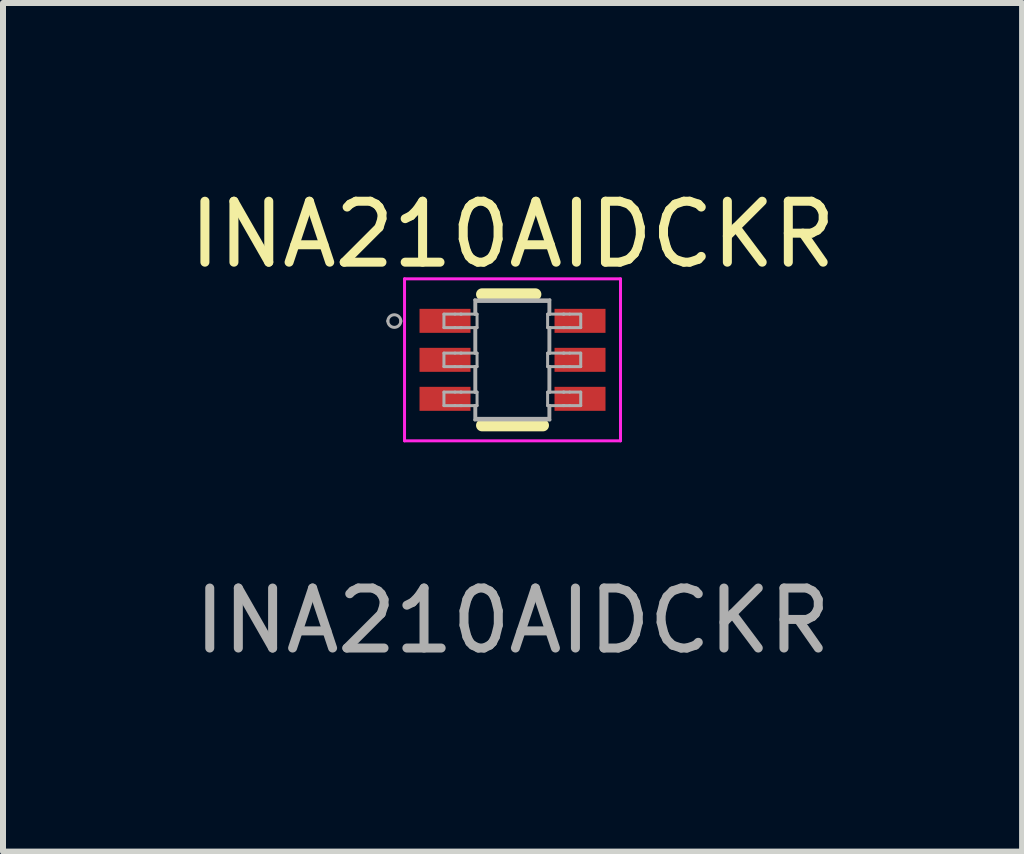
<source format=kicad_pcb>
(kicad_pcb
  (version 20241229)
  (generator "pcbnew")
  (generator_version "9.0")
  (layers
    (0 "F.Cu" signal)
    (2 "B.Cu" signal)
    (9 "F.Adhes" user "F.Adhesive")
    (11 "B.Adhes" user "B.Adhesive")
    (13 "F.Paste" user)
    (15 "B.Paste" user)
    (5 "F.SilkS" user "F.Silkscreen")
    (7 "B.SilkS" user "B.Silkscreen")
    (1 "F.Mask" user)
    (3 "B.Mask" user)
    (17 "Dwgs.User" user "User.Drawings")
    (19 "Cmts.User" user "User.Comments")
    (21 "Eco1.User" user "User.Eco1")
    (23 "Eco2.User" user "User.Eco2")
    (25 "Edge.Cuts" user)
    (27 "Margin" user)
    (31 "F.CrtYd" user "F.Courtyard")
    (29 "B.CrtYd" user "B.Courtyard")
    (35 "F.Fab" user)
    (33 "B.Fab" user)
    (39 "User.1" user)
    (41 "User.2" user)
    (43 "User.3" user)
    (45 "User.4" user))
  (footprint "INA210AIDCKR"
    (layer "F.Cu")
    (at 5.493 2.948)
    (property "Reference" "INA210AIDCKR" (at 0.001 -2.09 0) (unlocked yes) (layer "F.SilkS") (effects (font (size 1.016 1.016) (thickness 0.15))))
    (attr smd)
    (fp_line (start -0.508 -1.092) (end 0.381 -1.092) (stroke (width 0.2) (type solid)) (layer "F.SilkS"))
    (fp_line (start -0.508 1.092) (end 0.508 1.092) (stroke (width 0.2) (type solid)) (layer "F.SilkS"))
    (fp_line (start -1.8 -1.35) (end 1.8 -1.35) (stroke (width 0.05) (type solid)) (layer "F.CrtYd"))
    (fp_line (start -1.8 1.35) (end -1.8 -1.35) (stroke (width 0.05) (type solid)) (layer "F.CrtYd"))
    (fp_line (start -1.8 1.35) (end 1.8 1.35) (stroke (width 0.05) (type solid)) (layer "F.CrtYd"))
    (fp_line (start 1.8 1.35) (end 1.8 -1.35) (stroke (width 0.05) (type solid)) (layer "F.CrtYd"))
    (fp_line (start -1.143 -0.762) (end -0.959 -0.762) (stroke (width 0.05) (type solid)) (layer "F.Fab"))
    (fp_line (start -1.143 -0.537) (end -1.143 -0.762) (stroke (width 0.05) (type solid)) (layer "F.Fab"))
    (fp_line (start -1.143 -0.537) (end -0.959 -0.537) (stroke (width 0.05) (type solid)) (layer "F.Fab"))
    (fp_line (start -1.143 -0.112) (end -0.959 -0.112) (stroke (width 0.05) (type solid)) (layer "F.Fab"))
    (fp_line (start -1.143 0.113) (end -1.143 -0.112) (stroke (width 0.05) (type solid)) (layer "F.Fab"))
    (fp_line (start -1.143 0.113) (end -0.959 0.113) (stroke (width 0.05) (type solid)) (layer "F.Fab"))
    (fp_line (start -1.143 0.538) (end -0.959 0.538) (stroke (width 0.05) (type solid)) (layer "F.Fab"))
    (fp_line (start -1.143 0.763) (end -1.143 0.538) (stroke (width 0.05) (type solid)) (layer "F.Fab"))
    (fp_line (start -1.143 0.763) (end -0.959 0.763) (stroke (width 0.05) (type solid)) (layer "F.Fab"))
    (fp_line (start -0.959 -0.762) (end -0.865 -0.762) (stroke (width 0.05) (type solid)) (layer "F.Fab"))
    (fp_line (start -0.959 -0.537) (end -0.865 -0.537) (stroke (width 0.05) (type solid)) (layer "F.Fab"))
    (fp_line (start -0.959 -0.112) (end -0.865 -0.112) (stroke (width 0.05) (type solid)) (layer "F.Fab"))
    (fp_line (start -0.959 0.113) (end -0.865 0.113) (stroke (width 0.05) (type solid)) (layer "F.Fab"))
    (fp_line (start -0.959 0.538) (end -0.865 0.538) (stroke (width 0.05) (type solid)) (layer "F.Fab"))
    (fp_line (start -0.959 0.763) (end -0.865 0.763) (stroke (width 0.05) (type solid)) (layer "F.Fab"))
    (fp_line (start -0.865 -0.762) (end -0.853 -0.762) (stroke (width 0.05) (type solid)) (layer "F.Fab"))
    (fp_line (start -0.865 -0.537) (end -0.853 -0.537) (stroke (width 0.05) (type solid)) (layer "F.Fab"))
    (fp_line (start -0.865 -0.112) (end -0.853 -0.112) (stroke (width 0.05) (type solid)) (layer "F.Fab"))
    (fp_line (start -0.865 0.113) (end -0.853 0.113) (stroke (width 0.05) (type solid)) (layer "F.Fab"))
    (fp_line (start -0.865 0.538) (end -0.853 0.538) (stroke (width 0.05) (type solid)) (layer "F.Fab"))
    (fp_line (start -0.865 0.763) (end -0.853 0.763) (stroke (width 0.05) (type solid)) (layer "F.Fab"))
    (fp_line (start -0.853 -0.762) (end -0.628 -0.762) (stroke (width 0.05) (type solid)) (layer "F.Fab"))
    (fp_line (start -0.853 -0.537) (end -0.628 -0.537) (stroke (width 0.05) (type solid)) (layer "F.Fab"))
    (fp_line (start -0.853 -0.112) (end -0.628 -0.112) (stroke (width 0.05) (type solid)) (layer "F.Fab"))
    (fp_line (start -0.853 0.113) (end -0.628 0.113) (stroke (width 0.05) (type solid)) (layer "F.Fab"))
    (fp_line (start -0.853 0.538) (end -0.628 0.538) (stroke (width 0.05) (type solid)) (layer "F.Fab"))
    (fp_line (start -0.853 0.763) (end -0.628 0.763) (stroke (width 0.05) (type solid)) (layer "F.Fab"))
    (fp_line (start -0.628 -0.999) (end 0.622 -0.999) (stroke (width 0.05) (type solid)) (layer "F.Fab"))
    (fp_line (start -0.628 -0.762) (end -0.628 -0.999) (stroke (width 0.05) (type solid)) (layer "F.Fab"))
    (fp_line (start -0.628 -0.762) (end -0.591 -0.762) (stroke (width 0.05) (type solid)) (layer "F.Fab"))
    (fp_line (start -0.628 -0.537) (end -0.591 -0.537) (stroke (width 0.05) (type solid)) (layer "F.Fab"))
    (fp_line (start -0.628 -0.112) (end -0.628 -0.537) (stroke (width 0.05) (type solid)) (layer "F.Fab"))
    (fp_line (start -0.628 -0.112) (end -0.591 -0.112) (stroke (width 0.05) (type solid)) (layer "F.Fab"))
    (fp_line (start -0.628 0.113) (end -0.591 0.113) (stroke (width 0.05) (type solid)) (layer "F.Fab"))
    (fp_line (start -0.628 0.538) (end -0.628 0.113) (stroke (width 0.05) (type solid)) (layer "F.Fab"))
    (fp_line (start -0.628 0.538) (end -0.591 0.538) (stroke (width 0.05) (type solid)) (layer "F.Fab"))
    (fp_line (start -0.628 0.763) (end -0.591 0.763) (stroke (width 0.05) (type solid)) (layer "F.Fab"))
    (fp_line (start -0.628 1.001) (end -0.628 0.763) (stroke (width 0.05) (type solid)) (layer "F.Fab"))
    (fp_line (start -0.628 1.001) (end 0.622 1.001) (stroke (width 0.05) (type solid)) (layer "F.Fab"))
    (fp_line (start -0.613 -0.974) (end 0.607 -0.974) (stroke (width 0.05) (type solid)) (layer "F.Fab"))
    (fp_line (start -0.613 -0.762) (end -0.613 -0.974) (stroke (width 0.05) (type solid)) (layer "F.Fab"))
    (fp_line (start -0.613 -0.112) (end -0.613 -0.537) (stroke (width 0.05) (type solid)) (layer "F.Fab"))
    (fp_line (start -0.613 0.538) (end -0.613 0.113) (stroke (width 0.05) (type solid)) (layer "F.Fab"))
    (fp_line (start -0.613 0.976) (end -0.613 0.763) (stroke (width 0.05) (type solid)) (layer "F.Fab"))
    (fp_line (start -0.613 0.976) (end 0.607 0.976) (stroke (width 0.05) (type solid)) (layer "F.Fab"))
    (fp_line (start -0.591 -0.537) (end -0.591 -0.762) (stroke (width 0.05) (type solid)) (layer "F.Fab"))
    (fp_line (start -0.591 0.113) (end -0.591 -0.112) (stroke (width 0.05) (type solid)) (layer "F.Fab"))
    (fp_line (start -0.591 0.763) (end -0.591 0.538) (stroke (width 0.05) (type solid)) (layer "F.Fab"))
    (fp_line (start 0.585 -0.762) (end 0.622 -0.762) (stroke (width 0.05) (type solid)) (layer "F.Fab"))
    (fp_line (start 0.585 -0.537) (end 0.585 -0.762) (stroke (width 0.05) (type solid)) (layer "F.Fab"))
    (fp_line (start 0.585 -0.537) (end 0.622 -0.537) (stroke (width 0.05) (type solid)) (layer "F.Fab"))
    (fp_line (start 0.585 -0.112) (end 0.622 -0.112) (stroke (width 0.05) (type solid)) (layer "F.Fab"))
    (fp_line (start 0.585 0.113) (end 0.585 -0.112) (stroke (width 0.05) (type solid)) (layer "F.Fab"))
    (fp_line (start 0.585 0.113) (end 0.622 0.113) (stroke (width 0.05) (type solid)) (layer "F.Fab"))
    (fp_line (start 0.585 0.538) (end 0.622 0.538) (stroke (width 0.05) (type solid)) (layer "F.Fab"))
    (fp_line (start 0.585 0.763) (end 0.585 0.538) (stroke (width 0.05) (type solid)) (layer "F.Fab"))
    (fp_line (start 0.585 0.763) (end 0.622 0.763) (stroke (width 0.05) (type solid)) (layer "F.Fab"))
    (fp_line (start 0.607 -0.762) (end 0.607 -0.974) (stroke (width 0.05) (type solid)) (layer "F.Fab"))
    (fp_line (start 0.607 -0.112) (end 0.607 -0.537) (stroke (width 0.05) (type solid)) (layer "F.Fab"))
    (fp_line (start 0.607 0.538) (end 0.607 0.113) (stroke (width 0.05) (type solid)) (layer "F.Fab"))
    (fp_line (start 0.607 0.976) (end 0.607 0.763) (stroke (width 0.05) (type solid)) (layer "F.Fab"))
    (fp_line (start 0.622 -0.762) (end 0.622 -0.999) (stroke (width 0.05) (type solid)) (layer "F.Fab"))
    (fp_line (start 0.622 -0.762) (end 0.847 -0.762) (stroke (width 0.05) (type solid)) (layer "F.Fab"))
    (fp_line (start 0.622 -0.537) (end 0.847 -0.537) (stroke (width 0.05) (type solid)) (layer "F.Fab"))
    (fp_line (start 0.622 -0.112) (end 0.622 -0.537) (stroke (width 0.05) (type solid)) (layer "F.Fab"))
    (fp_line (start 0.622 -0.112) (end 0.847 -0.112) (stroke (width 0.05) (type solid)) (layer "F.Fab"))
    (fp_line (start 0.622 0.113) (end 0.847 0.113) (stroke (width 0.05) (type solid)) (layer "F.Fab"))
    (fp_line (start 0.622 0.538) (end 0.622 0.113) (stroke (width 0.05) (type solid)) (layer "F.Fab"))
    (fp_line (start 0.622 0.538) (end 0.847 0.538) (stroke (width 0.05) (type solid)) (layer "F.Fab"))
    (fp_line (start 0.622 0.763) (end 0.847 0.763) (stroke (width 0.05) (type solid)) (layer "F.Fab"))
    (fp_line (start 0.622 1.001) (end 0.622 0.763) (stroke (width 0.05) (type solid)) (layer "F.Fab"))
    (fp_line (start 0.847 -0.762) (end 0.859 -0.762) (stroke (width 0.05) (type solid)) (layer "F.Fab"))
    (fp_line (start 0.847 -0.537) (end 0.859 -0.537) (stroke (width 0.05) (type solid)) (layer "F.Fab"))
    (fp_line (start 0.847 -0.112) (end 0.859 -0.112) (stroke (width 0.05) (type solid)) (layer "F.Fab"))
    (fp_line (start 0.847 0.113) (end 0.859 0.113) (stroke (width 0.05) (type solid)) (layer "F.Fab"))
    (fp_line (start 0.847 0.538) (end 0.859 0.538) (stroke (width 0.05) (type solid)) (layer "F.Fab"))
    (fp_line (start 0.847 0.763) (end 0.859 0.763) (stroke (width 0.05) (type solid)) (layer "F.Fab"))
    (fp_line (start 0.859 -0.762) (end 0.953 -0.762) (stroke (width 0.05) (type solid)) (layer "F.Fab"))
    (fp_line (start 0.859 -0.537) (end 0.953 -0.537) (stroke (width 0.05) (type solid)) (layer "F.Fab"))
    (fp_line (start 0.859 -0.112) (end 0.953 -0.112) (stroke (width 0.05) (type solid)) (layer "F.Fab"))
    (fp_line (start 0.859 0.113) (end 0.953 0.113) (stroke (width 0.05) (type solid)) (layer "F.Fab"))
    (fp_line (start 0.859 0.538) (end 0.953 0.538) (stroke (width 0.05) (type solid)) (layer "F.Fab"))
    (fp_line (start 0.859 0.763) (end 0.953 0.763) (stroke (width 0.05) (type solid)) (layer "F.Fab"))
    (fp_line (start 0.953 -0.762) (end 1.137 -0.762) (stroke (width 0.05) (type solid)) (layer "F.Fab"))
    (fp_line (start 0.953 -0.537) (end 1.137 -0.537) (stroke (width 0.05) (type solid)) (layer "F.Fab"))
    (fp_line (start 0.953 -0.112) (end 1.137 -0.112) (stroke (width 0.05) (type solid)) (layer "F.Fab"))
    (fp_line (start 0.953 0.113) (end 1.137 0.113) (stroke (width 0.05) (type solid)) (layer "F.Fab"))
    (fp_line (start 0.953 0.538) (end 1.137 0.538) (stroke (width 0.05) (type solid)) (layer "F.Fab"))
    (fp_line (start 0.953 0.763) (end 1.137 0.763) (stroke (width 0.05) (type solid)) (layer "F.Fab"))
    (fp_line (start 1.137 -0.537) (end 1.137 -0.762) (stroke (width 0.05) (type solid)) (layer "F.Fab"))
    (fp_line (start 1.137 0.113) (end 1.137 -0.112) (stroke (width 0.05) (type solid)) (layer "F.Fab"))
    (fp_line (start 1.137 0.763) (end 1.137 0.538) (stroke (width 0.05) (type solid)) (layer "F.Fab"))
    (fp_arc (start -2.078429 -0.64631) (mid -1.97006 -0.754679) (end -1.861691 -0.64631) (stroke (width 0.05) (type solid)) (layer "F.Fab"))
    (fp_arc (start -1.861691 -0.64631) (mid -1.97006 -0.537941) (end -2.078429 -0.64631) (stroke (width 0.05) (type solid)) (layer "F.Fab"))
    (fp_text user "${REFERENCE}" (at 0.001 4.349 0) (unlocked yes) (layer "F.Fab") (effects (font (size 1 1) (thickness 0.15))))
    (pad "1" smd rect (at -1.125 -0.65 90) (size 0.4 0.85) (layers "F.Cu" "F.Mask" "F.Paste"))
    (pad "2" smd rect (at -1.125 0 90) (size 0.4 0.85) (layers "F.Cu" "F.Mask" "F.Paste"))
    (pad "3" smd rect (at -1.125 0.65 90) (size 0.4 0.85) (layers "F.Cu" "F.Mask" "F.Paste"))
    (pad "4" smd rect (at 1.125 0.65 90) (size 0.4 0.85) (layers "F.Cu" "F.Mask" "F.Paste"))
    (pad "5" smd rect (at 1.125 0 90) (size 0.4 0.85) (layers "F.Cu" "F.Mask" "F.Paste"))
    (pad "6" smd rect (at 1.125 -0.65 90) (size 0.4 0.85) (layers "F.Cu" "F.Mask" "F.Paste")))
  (gr_rect
    (start -3 -3)
    (end 13.987 11.145)
    (stroke (width 0.1) (type default))
    (fill no)
    (layer "Edge.Cuts")))
</source>
